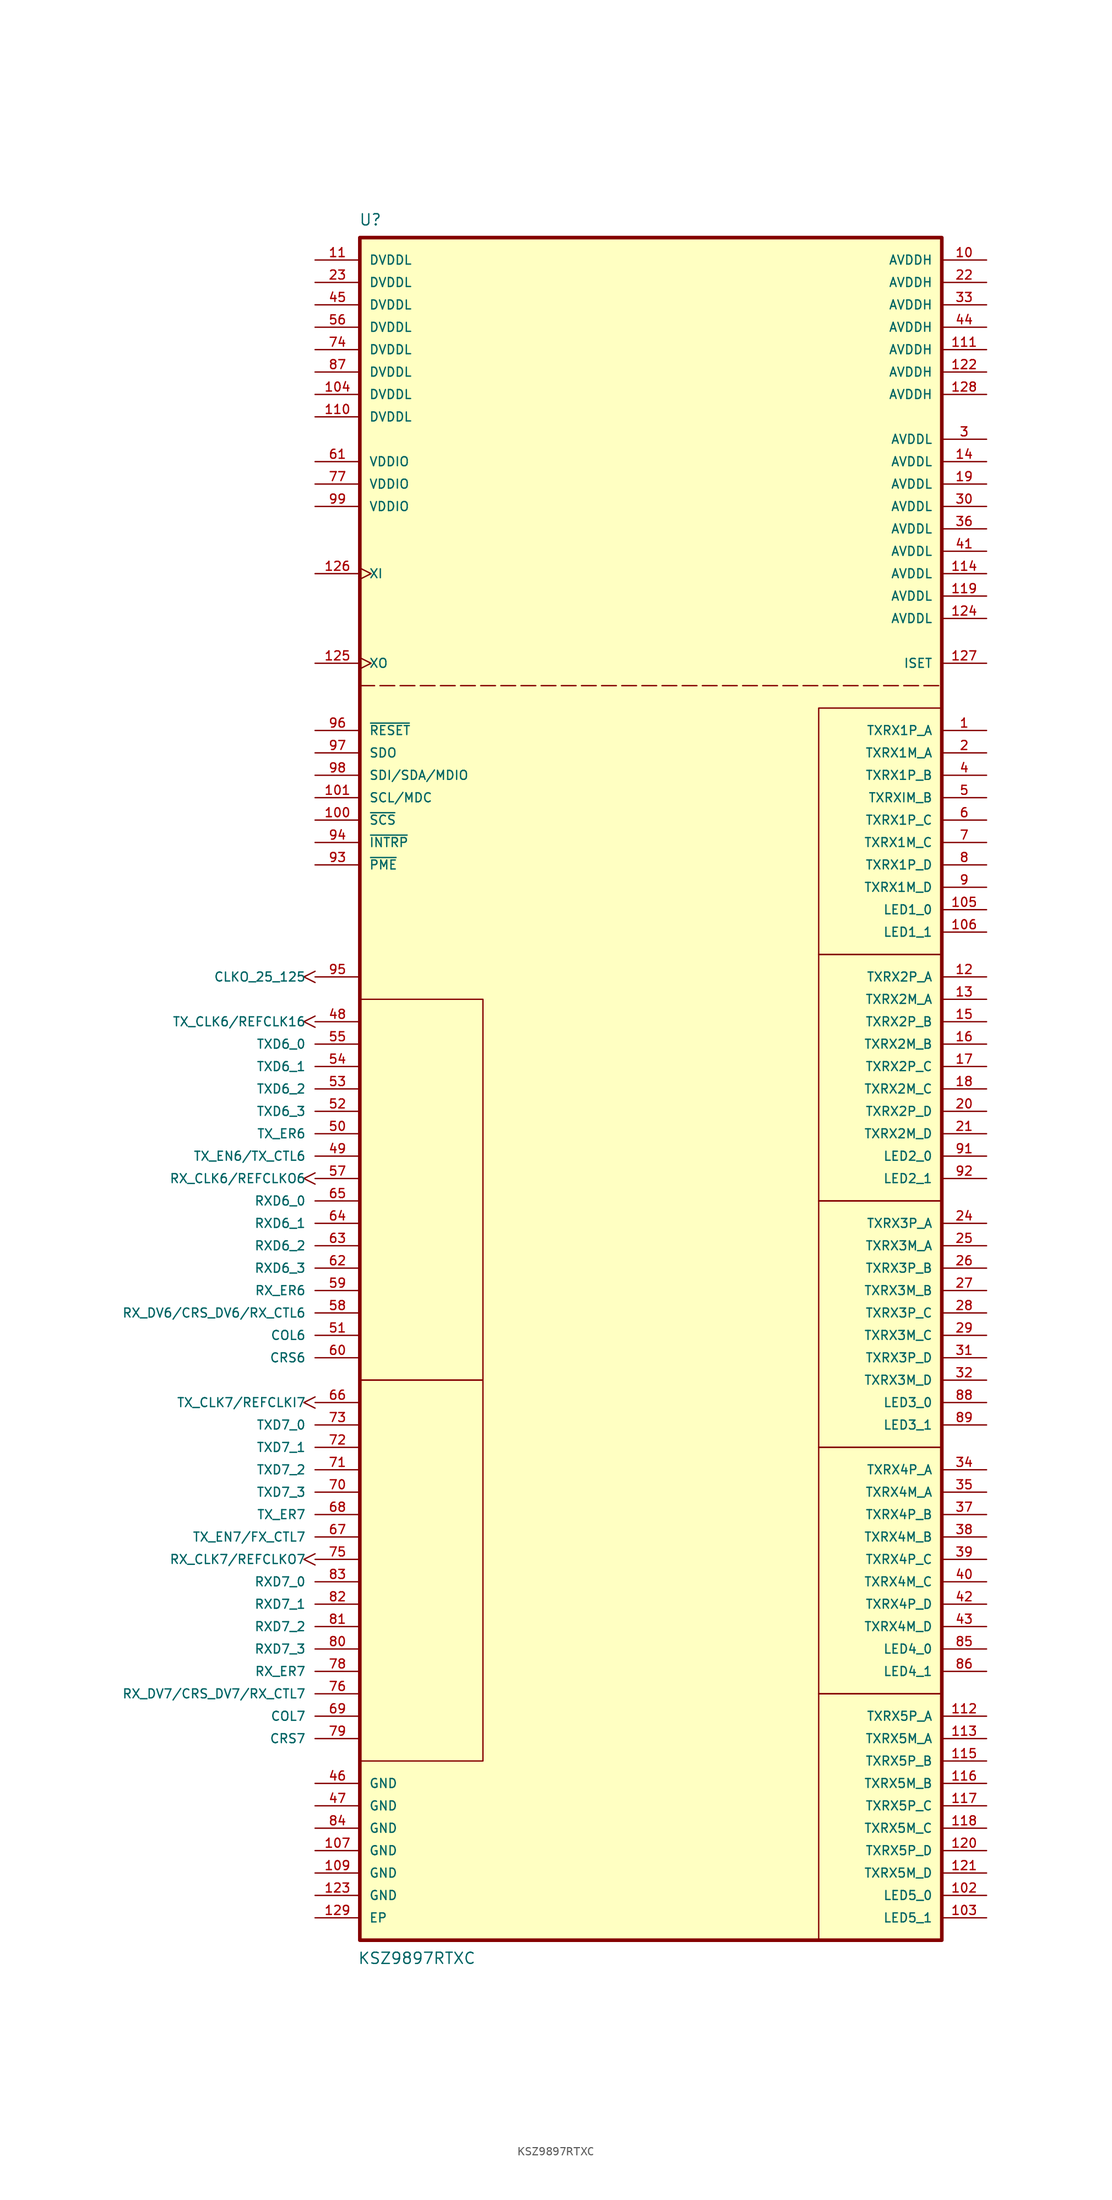
<source format=kicad_sym>
(kicad_symbol_lib
  (version 20241209)
  (generator "kicad_symbol_editor")
  (generator_version "9.0")
  (symbol "KSZ9897RTXC"
    (pin_names
      (offset 1.016))
    (property "Reference" "U"
      (at -33.134 80.015 0)
      (effects (font (size 1.27 1.27)) (justify left bottom)))
    (property "Value" "KSZ9897RTXC"
      (at -33.274 -117.094 0)
      (effects (font (size 1.27 1.27)) (justify left bottom)))
    (symbol "KSZ9897RTXC_0_0"
      (rectangle (start -33.02 78.74) (end 33.02 -114.3) (stroke (width 0.41) (type default)) (fill (type background)))
      (pin power_in line (at -38.1 76.2 0) (length 5.08) (name "DVDDL" (effects (font (size 1.016 1.016)))) (number "11" (effects (font (size 1.016 1.016)))))
      (pin power_in line (at -38.1 73.66 0) (length 5.08) (name "DVDDL" (effects (font (size 1.016 1.016)))) (number "23" (effects (font (size 1.016 1.016)))))
      (pin power_in line (at -38.1 71.12 0) (length 5.08) (name "DVDDL" (effects (font (size 1.016 1.016)))) (number "45" (effects (font (size 1.016 1.016)))))
      (pin power_in line (at -38.1 68.58 0) (length 5.08) (name "DVDDL" (effects (font (size 1.016 1.016)))) (number "56" (effects (font (size 1.016 1.016)))))
      (pin power_in line (at -38.1 66.04 0) (length 5.08) (name "DVDDL" (effects (font (size 1.016 1.016)))) (number "74" (effects (font (size 1.016 1.016)))))
      (pin power_in line (at -38.1 63.5 0) (length 5.08) (name "DVDDL" (effects (font (size 1.016 1.016)))) (number "87" (effects (font (size 1.016 1.016)))))
      (pin power_in line (at -38.1 60.96 0) (length 5.08) (name "DVDDL" (effects (font (size 1.016 1.016)))) (number "104" (effects (font (size 1.016 1.016)))))
      (pin power_in line (at -38.1 58.42 0) (length 5.08) (name "DVDDL" (effects (font (size 1.016 1.016)))) (number "110" (effects (font (size 1.016 1.016)))))
      (pin power_in line (at -38.1 53.34 0) (length 5.08) (name "VDDIO" (effects (font (size 1.016 1.016)))) (number "61" (effects (font (size 1.016 1.016)))))
      (pin power_in line (at -38.1 50.8 0) (length 5.08) (name "VDDIO" (effects (font (size 1.016 1.016)))) (number "77" (effects (font (size 1.016 1.016)))))
      (pin power_in line (at -38.1 48.26 0) (length 5.08) (name "VDDIO" (effects (font (size 1.016 1.016)))) (number "99" (effects (font (size 1.016 1.016)))))
      (pin input clock (at -38.1 40.64 0) (length 5.08) (name "XI" (effects (font (size 1.016 1.016)))) (number "126" (effects (font (size 1.016 1.016)))))
      (pin output clock (at -38.1 30.48 0) (length 5.08) (name "XO" (effects (font (size 1.016 1.016)))) (number "125" (effects (font (size 1.016 1.016)))))
      (pin input line (at -38.1 22.86 0) (length 5.08) (name "~{RESET}" (effects (font (size 1.016 1.016)))) (number "96" (effects (font (size 1.016 1.016)))))
      (pin output line (at -38.1 20.32 0) (length 5.08) (name "SDO" (effects (font (size 1.016 1.016)))) (number "97" (effects (font (size 1.016 1.016)))))
      (pin bidirectional line (at -38.1 17.78 0) (length 5.08) (name "SDI/SDA/MDIO" (effects (font (size 1.016 1.016)))) (number "98" (effects (font (size 1.016 1.016)))))
      (pin input line (at -38.1 15.24 0) (length 5.08) (name "SCL/MDC" (effects (font (size 1.016 1.016)))) (number "101" (effects (font (size 1.016 1.016)))))
      (pin input line (at -38.1 12.7 0) (length 5.08) (name "~{SCS}" (effects (font (size 1.016 1.016)))) (number "100" (effects (font (size 1.016 1.016)))))
      (pin output line (at -38.1 10.16 0) (length 5.08) (name "~{INTRP}" (effects (font (size 1.016 1.016)))) (number "94" (effects (font (size 1.016 1.016)))))
      (pin output line (at -38.1 7.62 0) (length 5.08) (name "~{PME}" (effects (font (size 1.016 1.016)))) (number "93" (effects (font (size 1.016 1.016)))))
      (pin power_in line (at -38.1 -96.52 0) (length 5.08) (name "GND" (effects (font (size 1.016 1.016)))) (number "46" (effects (font (size 1.016 1.016)))))
      (pin power_in line (at -38.1 -99.06 0) (length 5.08) (name "GND" (effects (font (size 1.016 1.016)))) (number "47" (effects (font (size 1.016 1.016)))))
      (pin power_in line (at -38.1 -101.6 0) (length 5.08) (name "GND" (effects (font (size 1.016 1.016)))) (number "84" (effects (font (size 1.016 1.016)))))
      (pin power_in line (at -38.1 -104.14 0) (length 5.08) (name "GND" (effects (font (size 1.016 1.016)))) (number "107" (effects (font (size 1.016 1.016)))))
      (pin power_in line (at -38.1 -106.68 0) (length 5.08) (name "GND" (effects (font (size 1.016 1.016)))) (number "109" (effects (font (size 1.016 1.016)))))
      (pin power_in line (at -38.1 -109.22 0) (length 5.08) (name "GND" (effects (font (size 1.016 1.016)))) (number "123" (effects (font (size 1.016 1.016)))))
      (pin power_in line (at -38.1 -111.76 0) (length 5.08) (name "EP" (effects (font (size 1.016 1.016)))) (number "129" (effects (font (size 1.016 1.016)))))
      (pin output clock (at -33.02 -5.08 180) (length 5.08) (name "CLKO_25_125" (effects (font (size 1.016 1.016)))) (number "95" (effects (font (size 1.016 1.016)))))
      (pin bidirectional clock (at -33.02 -10.16 180) (length 5.08) (name "TX_CLK6/REFCLK16" (effects (font (size 1.016 1.016)))) (number "48" (effects (font (size 1.016 1.016)))))
      (pin input line (at -33.02 -12.7 180) (length 5.08) (name "TXD6_0" (effects (font (size 1.016 1.016)))) (number "55" (effects (font (size 1.016 1.016)))))
      (pin input line (at -33.02 -15.24 180) (length 5.08) (name "TXD6_1" (effects (font (size 1.016 1.016)))) (number "54" (effects (font (size 1.016 1.016)))))
      (pin input line (at -33.02 -17.78 180) (length 5.08) (name "TXD6_2" (effects (font (size 1.016 1.016)))) (number "53" (effects (font (size 1.016 1.016)))))
      (pin input line (at -33.02 -20.32 180) (length 5.08) (name "TXD6_3" (effects (font (size 1.016 1.016)))) (number "52" (effects (font (size 1.016 1.016)))))
      (pin input line (at -33.02 -22.86 180) (length 5.08) (name "TX_ER6" (effects (font (size 1.016 1.016)))) (number "50" (effects (font (size 1.016 1.016)))))
      (pin input line (at -33.02 -25.4 180) (length 5.08) (name "TX_EN6/TX_CTL6" (effects (font (size 1.016 1.016)))) (number "49" (effects (font (size 1.016 1.016)))))
      (pin bidirectional clock (at -33.02 -27.94 180) (length 5.08) (name "RX_CLK6/REFCLKO6" (effects (font (size 1.016 1.016)))) (number "57" (effects (font (size 1.016 1.016)))))
      (pin bidirectional line (at -33.02 -30.48 180) (length 5.08) (name "RXD6_0" (effects (font (size 1.016 1.016)))) (number "65" (effects (font (size 1.016 1.016)))))
      (pin bidirectional line (at -33.02 -33.02 180) (length 5.08) (name "RXD6_1" (effects (font (size 1.016 1.016)))) (number "64" (effects (font (size 1.016 1.016)))))
      (pin bidirectional line (at -33.02 -35.56 180) (length 5.08) (name "RXD6_2" (effects (font (size 1.016 1.016)))) (number "63" (effects (font (size 1.016 1.016)))))
      (pin bidirectional line (at -33.02 -38.1 180) (length 5.08) (name "RXD6_3" (effects (font (size 1.016 1.016)))) (number "62" (effects (font (size 1.016 1.016)))))
      (pin bidirectional line (at -33.02 -40.64 180) (length 5.08) (name "RX_ER6" (effects (font (size 1.016 1.016)))) (number "59" (effects (font (size 1.016 1.016)))))
      (pin bidirectional line (at -33.02 -43.18 180) (length 5.08) (name "RX_DV6/CRS_DV6/RX_CTL6" (effects (font (size 1.016 1.016)))) (number "58" (effects (font (size 1.016 1.016)))))
      (pin bidirectional line (at -33.02 -45.72 180) (length 5.08) (name "COL6" (effects (font (size 1.016 1.016)))) (number "51" (effects (font (size 1.016 1.016)))))
      (pin bidirectional line (at -33.02 -48.26 180) (length 5.08) (name "CRS6" (effects (font (size 1.016 1.016)))) (number "60" (effects (font (size 1.016 1.016)))))
      (pin bidirectional clock (at -33.02 -53.34 180) (length 5.08) (name "TX_CLK7/REFCLKI7" (effects (font (size 1.016 1.016)))) (number "66" (effects (font (size 1.016 1.016)))))
      (pin input line (at -33.02 -55.88 180) (length 5.08) (name "TXD7_0" (effects (font (size 1.016 1.016)))) (number "73" (effects (font (size 1.016 1.016)))))
      (pin input line (at -33.02 -58.42 180) (length 5.08) (name "TXD7_1" (effects (font (size 1.016 1.016)))) (number "72" (effects (font (size 1.016 1.016)))))
      (pin input line (at -33.02 -60.96 180) (length 5.08) (name "TXD7_2" (effects (font (size 1.016 1.016)))) (number "71" (effects (font (size 1.016 1.016)))))
      (pin input line (at -33.02 -63.5 180) (length 5.08) (name "TXD7_3" (effects (font (size 1.016 1.016)))) (number "70" (effects (font (size 1.016 1.016)))))
      (pin input line (at -33.02 -66.04 180) (length 5.08) (name "TX_ER7" (effects (font (size 1.016 1.016)))) (number "68" (effects (font (size 1.016 1.016)))))
      (pin input line (at -33.02 -68.58 180) (length 5.08) (name "TX_EN7/FX_CTL7" (effects (font (size 1.016 1.016)))) (number "67" (effects (font (size 1.016 1.016)))))
      (pin bidirectional clock (at -33.02 -71.12 180) (length 5.08) (name "RX_CLK7/REFCLKO7" (effects (font (size 1.016 1.016)))) (number "75" (effects (font (size 1.016 1.016)))))
      (pin bidirectional line (at -33.02 -73.66 180) (length 5.08) (name "RXD7_0" (effects (font (size 1.016 1.016)))) (number "83" (effects (font (size 1.016 1.016)))))
      (pin bidirectional line (at -33.02 -76.2 180) (length 5.08) (name "RXD7_1" (effects (font (size 1.016 1.016)))) (number "82" (effects (font (size 1.016 1.016)))))
      (pin bidirectional line (at -33.02 -78.74 180) (length 5.08) (name "RXD7_2" (effects (font (size 1.016 1.016)))) (number "81" (effects (font (size 1.016 1.016)))))
      (pin bidirectional line (at -33.02 -81.28 180) (length 5.08) (name "RXD7_3" (effects (font (size 1.016 1.016)))) (number "80" (effects (font (size 1.016 1.016)))))
      (pin bidirectional line (at -33.02 -83.82 180) (length 5.08) (name "RX_ER7" (effects (font (size 1.016 1.016)))) (number "78" (effects (font (size 1.016 1.016)))))
      (pin bidirectional line (at -33.02 -86.36 180) (length 5.08) (name "RX_DV7/CRS_DV7/RX_CTL7" (effects (font (size 1.016 1.016)))) (number "76" (effects (font (size 1.016 1.016)))))
      (pin bidirectional line (at -33.02 -88.9 180) (length 5.08) (name "COL7" (effects (font (size 1.016 1.016)))) (number "69" (effects (font (size 1.016 1.016)))))
      (pin bidirectional line (at -33.02 -91.44 180) (length 5.08) (name "CRS7" (effects (font (size 1.016 1.016)))) (number "79" (effects (font (size 1.016 1.016)))))
      (pin power_in line (at 38.1 76.2 180) (length 5.08) (name "AVDDH" (effects (font (size 1.016 1.016)))) (number "10" (effects (font (size 1.016 1.016)))))
      (pin power_in line (at 38.1 73.66 180) (length 5.08) (name "AVDDH" (effects (font (size 1.016 1.016)))) (number "22" (effects (font (size 1.016 1.016)))))
      (pin power_in line (at 38.1 71.12 180) (length 5.08) (name "AVDDH" (effects (font (size 1.016 1.016)))) (number "33" (effects (font (size 1.016 1.016)))))
      (pin power_in line (at 38.1 68.58 180) (length 5.08) (name "AVDDH" (effects (font (size 1.016 1.016)))) (number "44" (effects (font (size 1.016 1.016)))))
      (pin power_in line (at 38.1 66.04 180) (length 5.08) (name "AVDDH" (effects (font (size 1.016 1.016)))) (number "111" (effects (font (size 1.016 1.016)))))
      (pin power_in line (at 38.1 63.5 180) (length 5.08) (name "AVDDH" (effects (font (size 1.016 1.016)))) (number "122" (effects (font (size 1.016 1.016)))))
      (pin power_in line (at 38.1 60.96 180) (length 5.08) (name "AVDDH" (effects (font (size 1.016 1.016)))) (number "128" (effects (font (size 1.016 1.016)))))
      (pin power_in line (at 38.1 55.88 180) (length 5.08) (name "AVDDL" (effects (font (size 1.016 1.016)))) (number "3" (effects (font (size 1.016 1.016)))))
      (pin power_in line (at 38.1 53.34 180) (length 5.08) (name "AVDDL" (effects (font (size 1.016 1.016)))) (number "14" (effects (font (size 1.016 1.016)))))
      (pin power_in line (at 38.1 50.8 180) (length 5.08) (name "AVDDL" (effects (font (size 1.016 1.016)))) (number "19" (effects (font (size 1.016 1.016)))))
      (pin power_in line (at 38.1 48.26 180) (length 5.08) (name "AVDDL" (effects (font (size 1.016 1.016)))) (number "30" (effects (font (size 1.016 1.016)))))
      (pin power_in line (at 38.1 45.72 180) (length 5.08) (name "AVDDL" (effects (font (size 1.016 1.016)))) (number "36" (effects (font (size 1.016 1.016)))))
      (pin power_in line (at 38.1 43.18 180) (length 5.08) (name "AVDDL" (effects (font (size 1.016 1.016)))) (number "41" (effects (font (size 1.016 1.016)))))
      (pin power_in line (at 38.1 40.64 180) (length 5.08) (name "AVDDL" (effects (font (size 1.016 1.016)))) (number "114" (effects (font (size 1.016 1.016)))))
      (pin power_in line (at 38.1 38.1 180) (length 5.08) (name "AVDDL" (effects (font (size 1.016 1.016)))) (number "119" (effects (font (size 1.016 1.016)))))
      (pin power_in line (at 38.1 35.56 180) (length 5.08) (name "AVDDL" (effects (font (size 1.016 1.016)))) (number "124" (effects (font (size 1.016 1.016)))))
      (pin bidirectional line (at 38.1 22.86 180) (length 5.08) (name "TXRX1P_A" (effects (font (size 1.016 1.016)))) (number "1" (effects (font (size 1.016 1.016)))))
      (pin bidirectional line (at 38.1 20.32 180) (length 5.08) (name "TXRX1M_A" (effects (font (size 1.016 1.016)))) (number "2" (effects (font (size 1.016 1.016)))))
      (pin bidirectional line (at 38.1 17.78 180) (length 5.08) (name "TXRX1P_B" (effects (font (size 1.016 1.016)))) (number "4" (effects (font (size 1.016 1.016)))))
      (pin bidirectional line (at 38.1 15.24 180) (length 5.08) (name "TXRXIM_B" (effects (font (size 1.016 1.016)))) (number "5" (effects (font (size 1.016 1.016)))))
      (pin bidirectional line (at 38.1 12.7 180) (length 5.08) (name "TXRX1P_C" (effects (font (size 1.016 1.016)))) (number "6" (effects (font (size 1.016 1.016)))))
      (pin bidirectional line (at 38.1 10.16 180) (length 5.08) (name "TXRX1M_C" (effects (font (size 1.016 1.016)))) (number "7" (effects (font (size 1.016 1.016)))))
      (pin bidirectional line (at 38.1 7.62 180) (length 5.08) (name "TXRX1P_D" (effects (font (size 1.016 1.016)))) (number "8" (effects (font (size 1.016 1.016)))))
      (pin bidirectional line (at 38.1 5.08 180) (length 5.08) (name "TXRX1M_D" (effects (font (size 1.016 1.016)))) (number "9" (effects (font (size 1.016 1.016)))))
      (pin bidirectional line (at 38.1 2.54 180) (length 5.08) (name "LED1_0" (effects (font (size 1.016 1.016)))) (number "105" (effects (font (size 1.016 1.016)))))
      (pin bidirectional line (at 38.1 0 180) (length 5.08) (name "LED1_1" (effects (font (size 1.016 1.016)))) (number "106" (effects (font (size 1.016 1.016)))))
      (pin bidirectional line (at 38.1 -5.08 180) (length 5.08) (name "TXRX2P_A" (effects (font (size 1.016 1.016)))) (number "12" (effects (font (size 1.016 1.016)))))
      (pin bidirectional line (at 38.1 -7.62 180) (length 5.08) (name "TXRX2M_A" (effects (font (size 1.016 1.016)))) (number "13" (effects (font (size 1.016 1.016)))))
      (pin bidirectional line (at 38.1 -10.16 180) (length 5.08) (name "TXRX2P_B" (effects (font (size 1.016 1.016)))) (number "15" (effects (font (size 1.016 1.016)))))
      (pin bidirectional line (at 38.1 -12.7 180) (length 5.08) (name "TXRX2M_B" (effects (font (size 1.016 1.016)))) (number "16" (effects (font (size 1.016 1.016)))))
      (pin bidirectional line (at 38.1 -15.24 180) (length 5.08) (name "TXRX2P_C" (effects (font (size 1.016 1.016)))) (number "17" (effects (font (size 1.016 1.016)))))
      (pin bidirectional line (at 38.1 -17.78 180) (length 5.08) (name "TXRX2M_C" (effects (font (size 1.016 1.016)))) (number "18" (effects (font (size 1.016 1.016)))))
      (pin bidirectional line (at 38.1 -20.32 180) (length 5.08) (name "TXRX2P_D" (effects (font (size 1.016 1.016)))) (number "20" (effects (font (size 1.016 1.016)))))
      (pin bidirectional line (at 38.1 -22.86 180) (length 5.08) (name "TXRX2M_D" (effects (font (size 1.016 1.016)))) (number "21" (effects (font (size 1.016 1.016)))))
      (pin bidirectional line (at 38.1 -25.4 180) (length 5.08) (name "LED2_0" (effects (font (size 1.016 1.016)))) (number "91" (effects (font (size 1.016 1.016)))))
      (pin bidirectional line (at 38.1 -27.94 180) (length 5.08) (name "LED2_1" (effects (font (size 1.016 1.016)))) (number "92" (effects (font (size 1.016 1.016)))))
      (pin bidirectional line (at 38.1 -33.02 180) (length 5.08) (name "TXRX3P_A" (effects (font (size 1.016 1.016)))) (number "24" (effects (font (size 1.016 1.016)))))
      (pin bidirectional line (at 38.1 -35.56 180) (length 5.08) (name "TXRX3M_A" (effects (font (size 1.016 1.016)))) (number "25" (effects (font (size 1.016 1.016)))))
      (pin bidirectional line (at 38.1 -38.1 180) (length 5.08) (name "TXRX3P_B" (effects (font (size 1.016 1.016)))) (number "26" (effects (font (size 1.016 1.016)))))
      (pin bidirectional line (at 38.1 -40.64 180) (length 5.08) (name "TXRX3M_B" (effects (font (size 1.016 1.016)))) (number "27" (effects (font (size 1.016 1.016)))))
      (pin bidirectional line (at 38.1 -43.18 180) (length 5.08) (name "TXRX3P_C" (effects (font (size 1.016 1.016)))) (number "28" (effects (font (size 1.016 1.016)))))
      (pin bidirectional line (at 38.1 -45.72 180) (length 5.08) (name "TXRX3M_C" (effects (font (size 1.016 1.016)))) (number "29" (effects (font (size 1.016 1.016)))))
      (pin bidirectional line (at 38.1 -48.26 180) (length 5.08) (name "TXRX3P_D" (effects (font (size 1.016 1.016)))) (number "31" (effects (font (size 1.016 1.016)))))
      (pin bidirectional line (at 38.1 -50.8 180) (length 5.08) (name "TXRX3M_D" (effects (font (size 1.016 1.016)))) (number "32" (effects (font (size 1.016 1.016)))))
      (pin bidirectional line (at 38.1 -53.34 180) (length 5.08) (name "LED3_0" (effects (font (size 1.016 1.016)))) (number "88" (effects (font (size 1.016 1.016)))))
      (pin bidirectional line (at 38.1 -55.88 180) (length 5.08) (name "LED3_1" (effects (font (size 1.016 1.016)))) (number "89" (effects (font (size 1.016 1.016)))))
      (pin bidirectional line (at 38.1 -60.96 180) (length 5.08) (name "TXRX4P_A" (effects (font (size 1.016 1.016)))) (number "34" (effects (font (size 1.016 1.016)))))
      (pin bidirectional line (at 38.1 -63.5 180) (length 5.08) (name "TXRX4M_A" (effects (font (size 1.016 1.016)))) (number "35" (effects (font (size 1.016 1.016)))))
      (pin bidirectional line (at 38.1 -66.04 180) (length 5.08) (name "TXRX4P_B" (effects (font (size 1.016 1.016)))) (number "37" (effects (font (size 1.016 1.016)))))
      (pin bidirectional line (at 38.1 -68.58 180) (length 5.08) (name "TXRX4M_B" (effects (font (size 1.016 1.016)))) (number "38" (effects (font (size 1.016 1.016)))))
      (pin bidirectional line (at 38.1 -71.12 180) (length 5.08) (name "TXRX4P_C" (effects (font (size 1.016 1.016)))) (number "39" (effects (font (size 1.016 1.016)))))
      (pin bidirectional line (at 38.1 -73.66 180) (length 5.08) (name "TXRX4M_C" (effects (font (size 1.016 1.016)))) (number "40" (effects (font (size 1.016 1.016)))))
      (pin bidirectional line (at 38.1 -76.2 180) (length 5.08) (name "TXRX4P_D" (effects (font (size 1.016 1.016)))) (number "42" (effects (font (size 1.016 1.016)))))
      (pin bidirectional line (at 38.1 -78.74 180) (length 5.08) (name "TXRX4M_D" (effects (font (size 1.016 1.016)))) (number "43" (effects (font (size 1.016 1.016)))))
      (pin bidirectional line (at 38.1 -81.28 180) (length 5.08) (name "LED4_0" (effects (font (size 1.016 1.016)))) (number "85" (effects (font (size 1.016 1.016)))))
      (pin bidirectional line (at 38.1 -83.82 180) (length 5.08) (name "LED4_1" (effects (font (size 1.016 1.016)))) (number "86" (effects (font (size 1.016 1.016)))))
      (pin bidirectional line (at 38.1 -88.9 180) (length 5.08) (name "TXRX5P_A" (effects (font (size 1.016 1.016)))) (number "112" (effects (font (size 1.016 1.016)))))
      (pin bidirectional line (at 38.1 -91.44 180) (length 5.08) (name "TXRX5M_A" (effects (font (size 1.016 1.016)))) (number "113" (effects (font (size 1.016 1.016)))))
      (pin bidirectional line (at 38.1 -93.98 180) (length 5.08) (name "TXRX5P_B" (effects (font (size 1.016 1.016)))) (number "115" (effects (font (size 1.016 1.016)))))
      (pin bidirectional line (at 38.1 -96.52 180) (length 5.08) (name "TXRX5M_B" (effects (font (size 1.016 1.016)))) (number "116" (effects (font (size 1.016 1.016)))))
      (pin bidirectional line (at 38.1 -99.06 180) (length 5.08) (name "TXRX5P_C" (effects (font (size 1.016 1.016)))) (number "117" (effects (font (size 1.016 1.016)))))
      (pin bidirectional line (at 38.1 -101.6 180) (length 5.08) (name "TXRX5M_C" (effects (font (size 1.016 1.016)))) (number "118" (effects (font (size 1.016 1.016)))))
      (pin bidirectional line (at 38.1 -104.14 180) (length 5.08) (name "TXRX5P_D" (effects (font (size 1.016 1.016)))) (number "120" (effects (font (size 1.016 1.016)))))
      (pin bidirectional line (at 38.1 -106.68 180) (length 5.08) (name "TXRX5M_D" (effects (font (size 1.016 1.016)))) (number "121" (effects (font (size 1.016 1.016)))))
      (pin bidirectional line (at 38.1 -109.22 180) (length 5.08) (name "LED5_0" (effects (font (size 1.016 1.016)))) (number "102" (effects (font (size 1.016 1.016)))))
      (pin bidirectional line (at 38.1 -111.76 180) (length 5.08) (name "LED5_1" (effects (font (size 1.016 1.016)))) (number "103" (effects (font (size 1.016 1.016))))))
    (symbol "KSZ9897RTXC_1_0"
      (pin power_out line (at 38.1 30.48 180) (length 5.08) (name "ISET" (effects (font (size 1.016 1.016)))) (number "127" (effects (font (size 1.016 1.016))))))
    (symbol "KSZ9897RTXC_1_1"
      (polyline (pts (xy -33.02 27.94) (xy 33.02 27.94)) (stroke (width 0) (type dash)) (fill (type none)))
      (rectangle (start -33.02 -7.62) (end -19.05 -50.8) (stroke (width 0) (type solid)) (fill (type none)))
      (rectangle (start -33.02 -50.8) (end -19.05 -93.98) (stroke (width 0) (type solid)) (fill (type none)))
      (rectangle (start 19.05 25.4) (end 33.02 -2.54) (stroke (width 0) (type solid)) (fill (type none)))
      (rectangle (start 19.05 -2.54) (end 33.02 -30.48) (stroke (width 0) (type solid)) (fill (type none)))
      (rectangle (start 19.05 -30.48) (end 33.02 -58.42) (stroke (width 0) (type solid)) (fill (type none)))
      (rectangle (start 19.05 -58.42) (end 33.02 -86.36) (stroke (width 0) (type solid)) (fill (type none)))
      (rectangle (start 19.05 -86.36) (end 33.02 -114.3) (stroke (width 0) (type solid)) (fill (type none))))))
</source>
